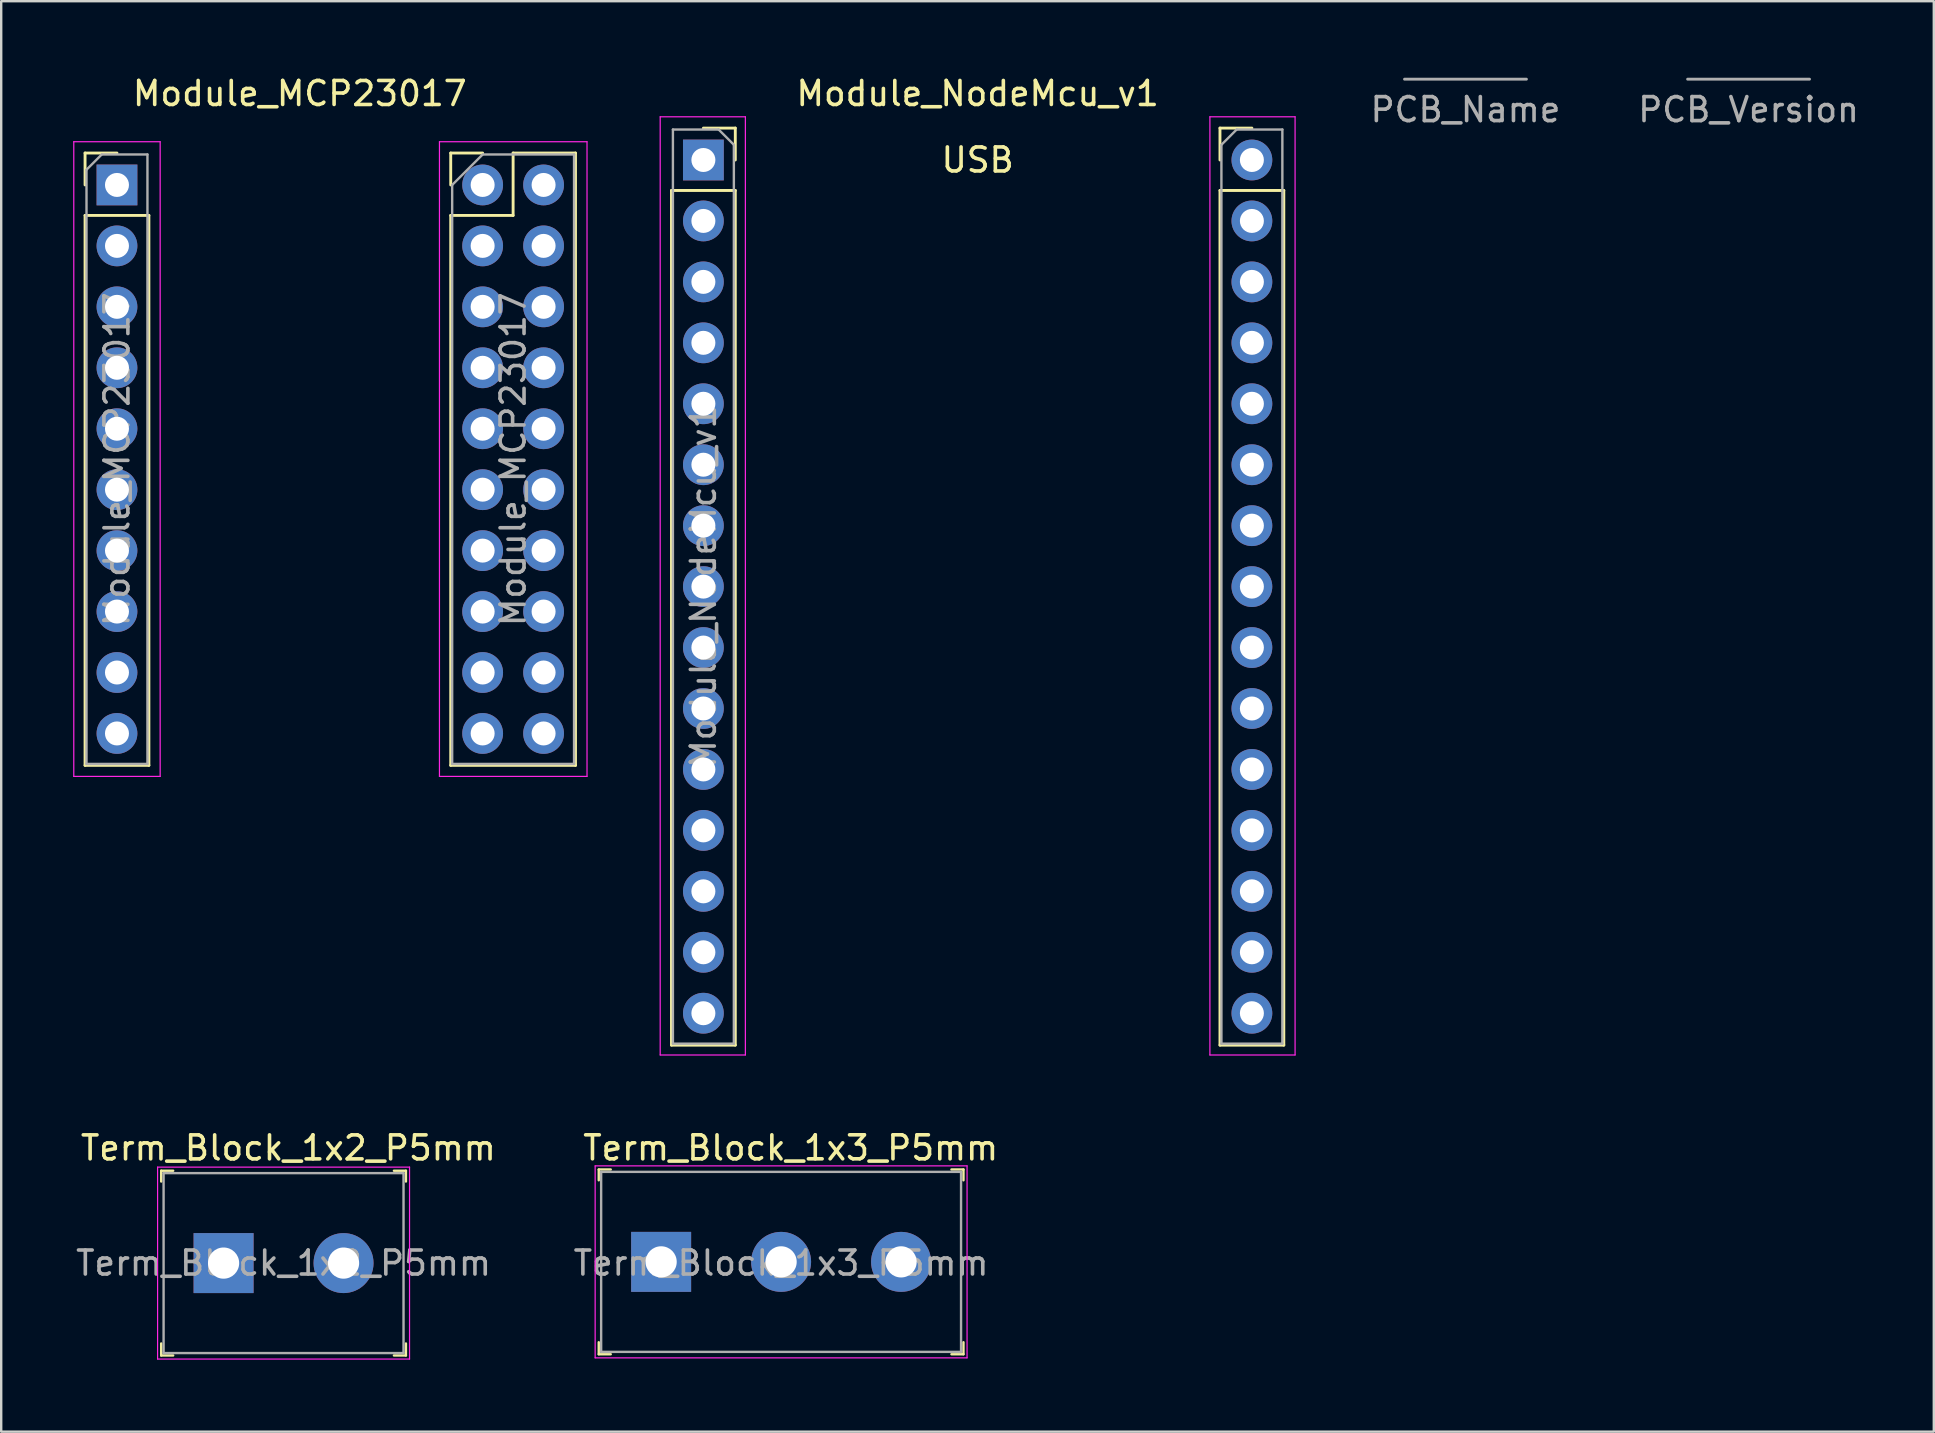
<source format=kicad_pcb>
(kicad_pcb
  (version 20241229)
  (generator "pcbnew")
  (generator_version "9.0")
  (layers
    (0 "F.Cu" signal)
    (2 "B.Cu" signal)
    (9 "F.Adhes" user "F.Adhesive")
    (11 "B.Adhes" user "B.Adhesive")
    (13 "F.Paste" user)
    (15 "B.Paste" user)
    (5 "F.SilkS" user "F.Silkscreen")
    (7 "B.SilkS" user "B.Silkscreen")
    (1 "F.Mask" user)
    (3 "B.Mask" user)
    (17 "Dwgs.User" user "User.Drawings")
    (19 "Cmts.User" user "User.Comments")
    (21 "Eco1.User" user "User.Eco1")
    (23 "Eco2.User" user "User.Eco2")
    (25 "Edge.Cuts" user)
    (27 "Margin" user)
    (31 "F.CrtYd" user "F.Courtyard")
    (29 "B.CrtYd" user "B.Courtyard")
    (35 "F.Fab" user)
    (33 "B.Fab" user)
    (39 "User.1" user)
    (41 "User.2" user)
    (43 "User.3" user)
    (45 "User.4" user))
  (footprint "Module_NodeMcu_v1"
    (layer "F.Cu")
    (at 37.695 3.618)
    (property "Reference" "Module_NodeMcu_v1" (at 0 -2.77 0) (layer "F.SilkS") (effects (font (size 1 1) (thickness 0.15))))
    (attr through_hole)
    (fp_line (start -12.76 1.27) (end -12.76 36.89) (stroke (width 0.12) (type solid)) (layer "F.SilkS"))
    (fp_line (start -12.76 1.27) (end -10.1 1.27) (stroke (width 0.12) (type solid)) (layer "F.SilkS"))
    (fp_line (start -12.76 36.89) (end -10.1 36.89) (stroke (width 0.12) (type solid)) (layer "F.SilkS"))
    (fp_line (start -11.43 -1.33) (end -10.1 -1.33) (stroke (width 0.12) (type solid)) (layer "F.SilkS"))
    (fp_line (start -10.1 -1.33) (end -10.1 0) (stroke (width 0.12) (type solid)) (layer "F.SilkS"))
    (fp_line (start -10.1 1.27) (end -10.1 36.89) (stroke (width 0.12) (type solid)) (layer "F.SilkS"))
    (fp_line (start 10.1 -1.33) (end 10.1 0) (stroke (width 0.12) (type solid)) (layer "F.SilkS"))
    (fp_line (start 10.1 1.27) (end 10.1 36.89) (stroke (width 0.12) (type solid)) (layer "F.SilkS"))
    (fp_line (start 11.43 -1.33) (end 10.1 -1.33) (stroke (width 0.12) (type solid)) (layer "F.SilkS"))
    (fp_line (start 12.76 1.27) (end 10.1 1.27) (stroke (width 0.12) (type solid)) (layer "F.SilkS"))
    (fp_line (start 12.76 1.27) (end 12.76 36.89) (stroke (width 0.12) (type solid)) (layer "F.SilkS"))
    (fp_line (start 12.76 36.89) (end 10.1 36.89) (stroke (width 0.12) (type solid)) (layer "F.SilkS"))
    (fp_line (start -13.23 -1.8) (end -9.68 -1.8) (stroke (width 0.05) (type solid)) (layer "F.CrtYd"))
    (fp_line (start -13.23 37.3) (end -13.23 -1.8) (stroke (width 0.05) (type solid)) (layer "F.CrtYd"))
    (fp_line (start -9.68 -1.8) (end -9.68 37.3) (stroke (width 0.05) (type solid)) (layer "F.CrtYd"))
    (fp_line (start -9.68 37.3) (end -13.23 37.3) (stroke (width 0.05) (type solid)) (layer "F.CrtYd"))
    (fp_line (start 9.68 -1.8) (end 9.68 37.3) (stroke (width 0.05) (type solid)) (layer "F.CrtYd"))
    (fp_line (start 9.68 37.3) (end 13.23 37.3) (stroke (width 0.05) (type solid)) (layer "F.CrtYd"))
    (fp_line (start 13.23 -1.8) (end 9.68 -1.8) (stroke (width 0.05) (type solid)) (layer "F.CrtYd"))
    (fp_line (start 13.23 37.3) (end 13.23 -1.8) (stroke (width 0.05) (type solid)) (layer "F.CrtYd"))
    (fp_line (start -12.7 -1.27) (end -10.795 -1.27) (stroke (width 0.1) (type solid)) (layer "F.Fab"))
    (fp_line (start -12.7 36.83) (end -12.7 -1.27) (stroke (width 0.1) (type solid)) (layer "F.Fab"))
    (fp_line (start -10.795 -1.27) (end -10.16 -0.635) (stroke (width 0.1) (type solid)) (layer "F.Fab"))
    (fp_line (start -10.16 -0.635) (end -10.16 36.83) (stroke (width 0.1) (type solid)) (layer "F.Fab"))
    (fp_line (start -10.16 36.83) (end -12.7 36.83) (stroke (width 0.1) (type solid)) (layer "F.Fab"))
    (fp_line (start 10.16 -0.635) (end 10.16 36.83) (stroke (width 0.1) (type solid)) (layer "F.Fab"))
    (fp_line (start 10.16 36.83) (end 12.7 36.83) (stroke (width 0.1) (type solid)) (layer "F.Fab"))
    (fp_line (start 10.795 -1.27) (end 10.16 -0.635) (stroke (width 0.1) (type solid)) (layer "F.Fab"))
    (fp_line (start 12.7 -1.27) (end 10.795 -1.27) (stroke (width 0.1) (type solid)) (layer "F.Fab"))
    (fp_line (start 12.7 36.83) (end 12.7 -1.27) (stroke (width 0.1) (type solid)) (layer "F.Fab"))
    (fp_text user "USB" (at 0 0 0) (layer "F.SilkS") (effects (font (size 1 1) (thickness 0.15))))
    (fp_text user "${REFERENCE}" (at -11.43 17.78 90) (layer "F.Fab") (effects (font (size 1 1) (thickness 0.15))))
    (pad "1" thru_hole rect (at -11.43 0) (size 1.7 1.7) (drill 1) (layers "*.Cu" "*.Mask"))
    (pad "2" thru_hole oval (at -11.43 2.54) (size 1.7 1.7) (drill 1) (layers "*.Cu" "*.Mask"))
    (pad "3" thru_hole oval (at -11.43 5.08) (size 1.7 1.7) (drill 1) (layers "*.Cu" "*.Mask"))
    (pad "4" thru_hole oval (at -11.43 7.62) (size 1.7 1.7) (drill 1) (layers "*.Cu" "*.Mask"))
    (pad "5" thru_hole oval (at -11.43 10.16) (size 1.7 1.7) (drill 1) (layers "*.Cu" "*.Mask"))
    (pad "6" thru_hole oval (at -11.43 12.7) (size 1.7 1.7) (drill 1) (layers "*.Cu" "*.Mask"))
    (pad "7" thru_hole oval (at -11.43 15.24) (size 1.7 1.7) (drill 1) (layers "*.Cu" "*.Mask"))
    (pad "8" thru_hole oval (at -11.43 17.78) (size 1.7 1.7) (drill 1) (layers "*.Cu" "*.Mask"))
    (pad "9" thru_hole oval (at -11.43 20.32) (size 1.7 1.7) (drill 1) (layers "*.Cu" "*.Mask"))
    (pad "10" thru_hole oval (at -11.43 22.86) (size 1.7 1.7) (drill 1) (layers "*.Cu" "*.Mask"))
    (pad "11" thru_hole oval (at -11.43 25.4) (size 1.7 1.7) (drill 1) (layers "*.Cu" "*.Mask"))
    (pad "12" thru_hole oval (at -11.43 27.94) (size 1.7 1.7) (drill 1) (layers "*.Cu" "*.Mask"))
    (pad "13" thru_hole oval (at -11.43 30.48) (size 1.7 1.7) (drill 1) (layers "*.Cu" "*.Mask"))
    (pad "14" thru_hole oval (at -11.43 33.02) (size 1.7 1.7) (drill 1) (layers "*.Cu" "*.Mask"))
    (pad "15" thru_hole oval (at -11.43 35.56) (size 1.7 1.7) (drill 1) (layers "*.Cu" "*.Mask"))
    (pad "16" thru_hole circle (at 11.43 0) (size 1.7 1.7) (drill 1) (layers "*.Cu" "*.Mask"))
    (pad "17" thru_hole oval (at 11.43 2.54) (size 1.7 1.7) (drill 1) (layers "*.Cu" "*.Mask"))
    (pad "18" thru_hole oval (at 11.43 5.08) (size 1.7 1.7) (drill 1) (layers "*.Cu" "*.Mask"))
    (pad "19" thru_hole oval (at 11.43 7.62) (size 1.7 1.7) (drill 1) (layers "*.Cu" "*.Mask"))
    (pad "20" thru_hole oval (at 11.43 10.16) (size 1.7 1.7) (drill 1) (layers "*.Cu" "*.Mask"))
    (pad "21" thru_hole oval (at 11.43 12.7) (size 1.7 1.7) (drill 1) (layers "*.Cu" "*.Mask"))
    (pad "22" thru_hole oval (at 11.43 15.24) (size 1.7 1.7) (drill 1) (layers "*.Cu" "*.Mask"))
    (pad "23" thru_hole oval (at 11.43 17.78) (size 1.7 1.7) (drill 1) (layers "*.Cu" "*.Mask"))
    (pad "24" thru_hole oval (at 11.43 20.32) (size 1.7 1.7) (drill 1) (layers "*.Cu" "*.Mask"))
    (pad "25" thru_hole oval (at 11.43 22.86) (size 1.7 1.7) (drill 1) (layers "*.Cu" "*.Mask"))
    (pad "26" thru_hole oval (at 11.43 25.4) (size 1.7 1.7) (drill 1) (layers "*.Cu" "*.Mask"))
    (pad "27" thru_hole oval (at 11.43 27.94) (size 1.7 1.7) (drill 1) (layers "*.Cu" "*.Mask"))
    (pad "28" thru_hole oval (at 11.43 30.48) (size 1.7 1.7) (drill 1) (layers "*.Cu" "*.Mask"))
    (pad "29" thru_hole oval (at 11.43 33.02) (size 1.7 1.7) (drill 1) (layers "*.Cu" "*.Mask"))
    (pad "30" thru_hole oval (at 11.43 35.56) (size 1.7 1.7) (drill 1) (layers "*.Cu" "*.Mask")))
  (footprint "PCB_Name"
    (layer "F.Cu")
    (at 58.027 0.25)
    (property "Reference" "PCB_Name" (at 0 1.27 0) (unlocked yes) (layer "F.Fab") (effects (font (size 1 1) (thickness 0.15))))
    (attr through_hole)
    (fp_line (start -2.54 0) (end 2.54 0) (stroke (width 0.12) (type solid)) (layer "F.Fab")))
  (footprint "Module_MCP23017"
    (layer "F.Cu")
    (at 9.445 16.088)
    (property "Reference" "Module_MCP23017" (at 0 -15.24 0) (layer "F.SilkS") (effects (font (size 1 1) (thickness 0.15))))
    (attr through_hole)
    (fp_line (start -8.95 -12.76) (end -7.62 -12.76) (stroke (width 0.12) (type solid)) (layer "F.SilkS"))
    (fp_line (start -8.95 -11.43) (end -8.95 -12.76) (stroke (width 0.12) (type solid)) (layer "F.SilkS"))
    (fp_line (start -8.95 -10.16) (end -8.95 12.76) (stroke (width 0.12) (type solid)) (layer "F.SilkS"))
    (fp_line (start -8.95 -10.16) (end -6.29 -10.16) (stroke (width 0.12) (type solid)) (layer "F.SilkS"))
    (fp_line (start -8.95 12.76) (end -6.29 12.76) (stroke (width 0.12) (type solid)) (layer "F.SilkS"))
    (fp_line (start -6.29 -10.16) (end -6.29 12.76) (stroke (width 0.12) (type solid)) (layer "F.SilkS"))
    (fp_line (start 6.29 -12.76) (end 7.62 -12.76) (stroke (width 0.12) (type solid)) (layer "F.SilkS"))
    (fp_line (start 6.29 -11.43) (end 6.29 -12.76) (stroke (width 0.12) (type solid)) (layer "F.SilkS"))
    (fp_line (start 6.29 -10.16) (end 6.29 12.76) (stroke (width 0.12) (type solid)) (layer "F.SilkS"))
    (fp_line (start 6.29 -10.16) (end 8.89 -10.16) (stroke (width 0.12) (type solid)) (layer "F.SilkS"))
    (fp_line (start 6.29 12.76) (end 11.49 12.76) (stroke (width 0.12) (type solid)) (layer "F.SilkS"))
    (fp_line (start 8.89 -12.76) (end 11.49 -12.76) (stroke (width 0.12) (type solid)) (layer "F.SilkS"))
    (fp_line (start 8.89 -10.16) (end 8.89 -12.76) (stroke (width 0.12) (type solid)) (layer "F.SilkS"))
    (fp_line (start 11.49 -12.76) (end 11.49 12.76) (stroke (width 0.12) (type solid)) (layer "F.SilkS"))
    (fp_line (start -9.42 -13.23) (end -9.42 13.22) (stroke (width 0.05) (type solid)) (layer "F.CrtYd"))
    (fp_line (start -9.42 13.22) (end -5.82 13.22) (stroke (width 0.05) (type solid)) (layer "F.CrtYd"))
    (fp_line (start -5.82 -13.23) (end -9.42 -13.23) (stroke (width 0.05) (type solid)) (layer "F.CrtYd"))
    (fp_line (start -5.82 13.22) (end -5.82 -13.23) (stroke (width 0.05) (type solid)) (layer "F.CrtYd"))
    (fp_line (start 5.82 -13.23) (end 5.82 13.22) (stroke (width 0.05) (type solid)) (layer "F.CrtYd"))
    (fp_line (start 5.82 13.22) (end 11.97 13.22) (stroke (width 0.05) (type solid)) (layer "F.CrtYd"))
    (fp_line (start 11.97 -13.23) (end 5.82 -13.23) (stroke (width 0.05) (type solid)) (layer "F.CrtYd"))
    (fp_line (start 11.97 13.22) (end 11.97 -13.23) (stroke (width 0.05) (type solid)) (layer "F.CrtYd"))
    (fp_line (start -8.89 -12.065) (end -8.255 -12.7) (stroke (width 0.1) (type solid)) (layer "F.Fab"))
    (fp_line (start -8.89 12.7) (end -8.89 -12.065) (stroke (width 0.1) (type solid)) (layer "F.Fab"))
    (fp_line (start -8.255 -12.7) (end -6.35 -12.7) (stroke (width 0.1) (type solid)) (layer "F.Fab"))
    (fp_line (start -6.35 -12.7) (end -6.35 12.7) (stroke (width 0.1) (type solid)) (layer "F.Fab"))
    (fp_line (start -6.35 12.7) (end -8.89 12.7) (stroke (width 0.1) (type solid)) (layer "F.Fab"))
    (fp_line (start 6.35 -11.43) (end 7.62 -12.7) (stroke (width 0.1) (type solid)) (layer "F.Fab"))
    (fp_line (start 6.35 12.7) (end 6.35 -11.43) (stroke (width 0.1) (type solid)) (layer "F.Fab"))
    (fp_line (start 7.62 -12.7) (end 11.43 -12.7) (stroke (width 0.1) (type solid)) (layer "F.Fab"))
    (fp_line (start 11.43 -12.7) (end 11.43 12.7) (stroke (width 0.1) (type solid)) (layer "F.Fab"))
    (fp_line (start 11.43 12.7) (end 6.35 12.7) (stroke (width 0.1) (type solid)) (layer "F.Fab"))
    (fp_text user "${REFERENCE}" (at -7.62 0 90) (layer "F.Fab") (effects (font (size 1 1) (thickness 0.15))))
    (fp_text user "${REFERENCE}" (at 8.89 0 90) (layer "F.Fab") (effects (font (size 1 1) (thickness 0.15))))
    (pad "1" thru_hole rect (at -7.62 -11.43) (size 1.7 1.7) (drill 1) (layers "*.Cu" "*.Mask"))
    (pad "2" thru_hole oval (at -7.62 -8.89) (size 1.7 1.7) (drill 1) (layers "*.Cu" "*.Mask"))
    (pad "3" thru_hole oval (at -7.62 -6.35) (size 1.7 1.7) (drill 1) (layers "*.Cu" "*.Mask"))
    (pad "4" thru_hole oval (at -7.62 -3.81) (size 1.7 1.7) (drill 1) (layers "*.Cu" "*.Mask"))
    (pad "5" thru_hole oval (at -7.62 -1.27) (size 1.7 1.7) (drill 1) (layers "*.Cu" "*.Mask"))
    (pad "6" thru_hole oval (at -7.62 1.27) (size 1.7 1.7) (drill 1) (layers "*.Cu" "*.Mask"))
    (pad "7" thru_hole oval (at -7.62 3.81) (size 1.7 1.7) (drill 1) (layers "*.Cu" "*.Mask"))
    (pad "8" thru_hole oval (at -7.62 6.35) (size 1.7 1.7) (drill 1) (layers "*.Cu" "*.Mask"))
    (pad "9" thru_hole oval (at -7.62 8.89) (size 1.7 1.7) (drill 1) (layers "*.Cu" "*.Mask"))
    (pad "10" thru_hole oval (at -7.62 11.43) (size 1.7 1.7) (drill 1) (layers "*.Cu" "*.Mask"))
    (pad "11" thru_hole circle (at 7.62 -11.43) (size 1.7 1.7) (drill 1) (layers "*.Cu" "*.Mask"))
    (pad "12" thru_hole oval (at 10.16 -11.43) (size 1.7 1.7) (drill 1) (layers "*.Cu" "*.Mask"))
    (pad "13" thru_hole oval (at 7.62 -8.89) (size 1.7 1.7) (drill 1) (layers "*.Cu" "*.Mask"))
    (pad "14" thru_hole oval (at 10.16 -8.89) (size 1.7 1.7) (drill 1) (layers "*.Cu" "*.Mask"))
    (pad "15" thru_hole oval (at 7.62 -6.35) (size 1.7 1.7) (drill 1) (layers "*.Cu" "*.Mask"))
    (pad "16" thru_hole oval (at 10.16 -6.35) (size 1.7 1.7) (drill 1) (layers "*.Cu" "*.Mask"))
    (pad "17" thru_hole oval (at 7.62 -3.81) (size 1.7 1.7) (drill 1) (layers "*.Cu" "*.Mask"))
    (pad "18" thru_hole oval (at 10.16 -3.81) (size 1.7 1.7) (drill 1) (layers "*.Cu" "*.Mask"))
    (pad "19" thru_hole oval (at 7.62 -1.27) (size 1.7 1.7) (drill 1) (layers "*.Cu" "*.Mask"))
    (pad "20" thru_hole oval (at 10.16 -1.27) (size 1.7 1.7) (drill 1) (layers "*.Cu" "*.Mask"))
    (pad "21" thru_hole oval (at 7.62 1.27) (size 1.7 1.7) (drill 1) (layers "*.Cu" "*.Mask"))
    (pad "22" thru_hole oval (at 10.16 1.27) (size 1.7 1.7) (drill 1) (layers "*.Cu" "*.Mask"))
    (pad "23" thru_hole oval (at 7.62 3.81) (size 1.7 1.7) (drill 1) (layers "*.Cu" "*.Mask"))
    (pad "24" thru_hole oval (at 10.16 3.81) (size 1.7 1.7) (drill 1) (layers "*.Cu" "*.Mask"))
    (pad "25" thru_hole oval (at 7.62 6.35) (size 1.7 1.7) (drill 1) (layers "*.Cu" "*.Mask"))
    (pad "26" thru_hole oval (at 10.16 6.35) (size 1.7 1.7) (drill 1) (layers "*.Cu" "*.Mask"))
    (pad "27" thru_hole oval (at 7.62 8.89) (size 1.7 1.7) (drill 1) (layers "*.Cu" "*.Mask"))
    (pad "28" thru_hole oval (at 10.16 8.89) (size 1.7 1.7) (drill 1) (layers "*.Cu" "*.Mask"))
    (pad "29" thru_hole oval (at 7.62 11.43) (size 1.7 1.7) (drill 1) (layers "*.Cu" "*.Mask"))
    (pad "30" thru_hole oval (at 10.16 11.43) (size 1.7 1.7) (drill 1) (layers "*.Cu" "*.Mask")))
  (footprint "Term_Block_1x2_P5mm"
    (layer "F.Cu")
    (at 6.268 49.592)
    (property "Reference" "Term_Block_1x2_P5mm" (at 2.7 -4.8 0) (layer "F.SilkS") (effects (font (size 1 1) (thickness 0.15))))
    (attr through_hole)
    (fp_line (start -2.6 -3.85) (end -2.6 -3.4) (stroke (width 0.1) (type solid)) (layer "F.SilkS"))
    (fp_line (start -2.6 -3.85) (end -2.1 -3.85) (stroke (width 0.1) (type solid)) (layer "F.SilkS"))
    (fp_line (start -2.6 3.85) (end -2.6 3.35) (stroke (width 0.1) (type solid)) (layer "F.SilkS"))
    (fp_line (start -2.6 3.85) (end -2.1 3.85) (stroke (width 0.1) (type solid)) (layer "F.SilkS"))
    (fp_line (start 7.6 -3.85) (end 7.1 -3.85) (stroke (width 0.1) (type solid)) (layer "F.SilkS"))
    (fp_line (start 7.6 -3.85) (end 7.6 -3.4) (stroke (width 0.1) (type solid)) (layer "F.SilkS"))
    (fp_line (start 7.6 3.85) (end 7.1 3.85) (stroke (width 0.1) (type solid)) (layer "F.SilkS"))
    (fp_line (start 7.6 3.85) (end 7.6 3.35) (stroke (width 0.1) (type solid)) (layer "F.SilkS"))
    (fp_line (start -2.75 -4) (end -2.75 4) (stroke (width 0.05) (type solid)) (layer "F.CrtYd"))
    (fp_line (start -2.75 -4) (end 7.75 -4) (stroke (width 0.05) (type solid)) (layer "F.CrtYd"))
    (fp_line (start -2.75 4) (end 7.75 4) (stroke (width 0.05) (type solid)) (layer "F.CrtYd"))
    (fp_line (start 7.75 -4) (end 7.75 4) (stroke (width 0.05) (type solid)) (layer "F.CrtYd"))
    (fp_line (start -2.5 -3.75) (end -2.5 3.75) (stroke (width 0.1) (type solid)) (layer "F.Fab"))
    (fp_line (start 7.5 -3.75) (end -2.5 -3.75) (stroke (width 0.1) (type solid)) (layer "F.Fab"))
    (fp_line (start 7.5 -3.75) (end 7.5 3.75) (stroke (width 0.1) (type solid)) (layer "F.Fab"))
    (fp_line (start 7.5 3.75) (end -2.5 3.75) (stroke (width 0.1) (type solid)) (layer "F.Fab"))
    (fp_text user "${REFERENCE}" (at 2.5 0 0) (layer "F.Fab") (effects (font (size 1 1) (thickness 0.15))))
    (pad "1" thru_hole rect (at 0 0) (size 2.5 2.5) (drill 1.3) (layers "*.Cu" "*.Mask"))
    (pad "2" thru_hole circle (at 5 0) (size 2.5 2.5) (drill 1.3) (layers "*.Cu" "*.Mask")))
  (footprint "Term_Block_1x3_P5mm"
    (layer "F.Cu")
    (at 24.504 49.541)
    (property "Reference" "Term_Block_1x3_P5mm" (at 5.4 -4.75 0) (layer "F.SilkS") (effects (font (size 1 1) (thickness 0.15))))
    (attr through_hole)
    (fp_line (start -2.6 -3.85) (end -2.6 -3.4) (stroke (width 0.1) (type solid)) (layer "F.SilkS"))
    (fp_line (start -2.6 -3.85) (end -2.1 -3.85) (stroke (width 0.1) (type solid)) (layer "F.SilkS"))
    (fp_line (start -2.6 3.85) (end -2.6 3.35) (stroke (width 0.1) (type solid)) (layer "F.SilkS"))
    (fp_line (start -2.6 3.85) (end -2.1 3.85) (stroke (width 0.1) (type solid)) (layer "F.SilkS"))
    (fp_line (start 12.6 -3.85) (end 12.1 -3.85) (stroke (width 0.1) (type solid)) (layer "F.SilkS"))
    (fp_line (start 12.6 -3.85) (end 12.6 -3.4) (stroke (width 0.1) (type solid)) (layer "F.SilkS"))
    (fp_line (start 12.6 3.85) (end 12.1 3.85) (stroke (width 0.1) (type solid)) (layer "F.SilkS"))
    (fp_line (start 12.6 3.85) (end 12.6 3.35) (stroke (width 0.1) (type solid)) (layer "F.SilkS"))
    (fp_line (start -2.75 -4) (end -2.75 4) (stroke (width 0.05) (type solid)) (layer "F.CrtYd"))
    (fp_line (start -2.75 -4) (end 12.75 -4) (stroke (width 0.05) (type solid)) (layer "F.CrtYd"))
    (fp_line (start -2.75 4) (end 12.75 4) (stroke (width 0.05) (type solid)) (layer "F.CrtYd"))
    (fp_line (start 12.75 -4) (end 12.75 4) (stroke (width 0.05) (type solid)) (layer "F.CrtYd"))
    (fp_line (start -2.5 -3.75) (end -2.5 3.75) (stroke (width 0.1) (type solid)) (layer "F.Fab"))
    (fp_line (start 12.5 -3.75) (end -2.5 -3.75) (stroke (width 0.1) (type solid)) (layer "F.Fab"))
    (fp_line (start 12.5 -3.75) (end 12.5 3.75) (stroke (width 0.1) (type solid)) (layer "F.Fab"))
    (fp_line (start 12.5 3.75) (end -2.5 3.75) (stroke (width 0.1) (type solid)) (layer "F.Fab"))
    (fp_text user "${REFERENCE}" (at 5 0.05 0) (layer "F.Fab") (effects (font (size 1 1) (thickness 0.15))))
    (pad "1" thru_hole rect (at 0 0) (size 2.5 2.5) (drill 1.3) (layers "*.Cu" "*.Mask"))
    (pad "2" thru_hole circle (at 5 0) (size 2.5 2.5) (drill 1.3) (layers "*.Cu" "*.Mask"))
    (pad "3" thru_hole circle (at 10 0) (size 2.5 2.5) (drill 1.3) (layers "*.Cu" "*.Mask")))
  (footprint "PCB_Version"
    (layer "F.Cu")
    (at 69.825 0.25)
    (property "Reference" "PCB_Version" (at 0 1.27 0) (unlocked yes) (layer "F.Fab") (effects (font (size 1 1) (thickness 0.15))))
    (attr through_hole)
    (fp_line (start -2.54 0) (end 2.54 0) (stroke (width 0.12) (type solid)) (layer "F.Fab")))
  (gr_rect
    (start -3 -3)
    (end 77.545 56.617)
    (stroke (width 0.1) (type default))
    (fill no)
    (layer "Edge.Cuts")))
</source>
